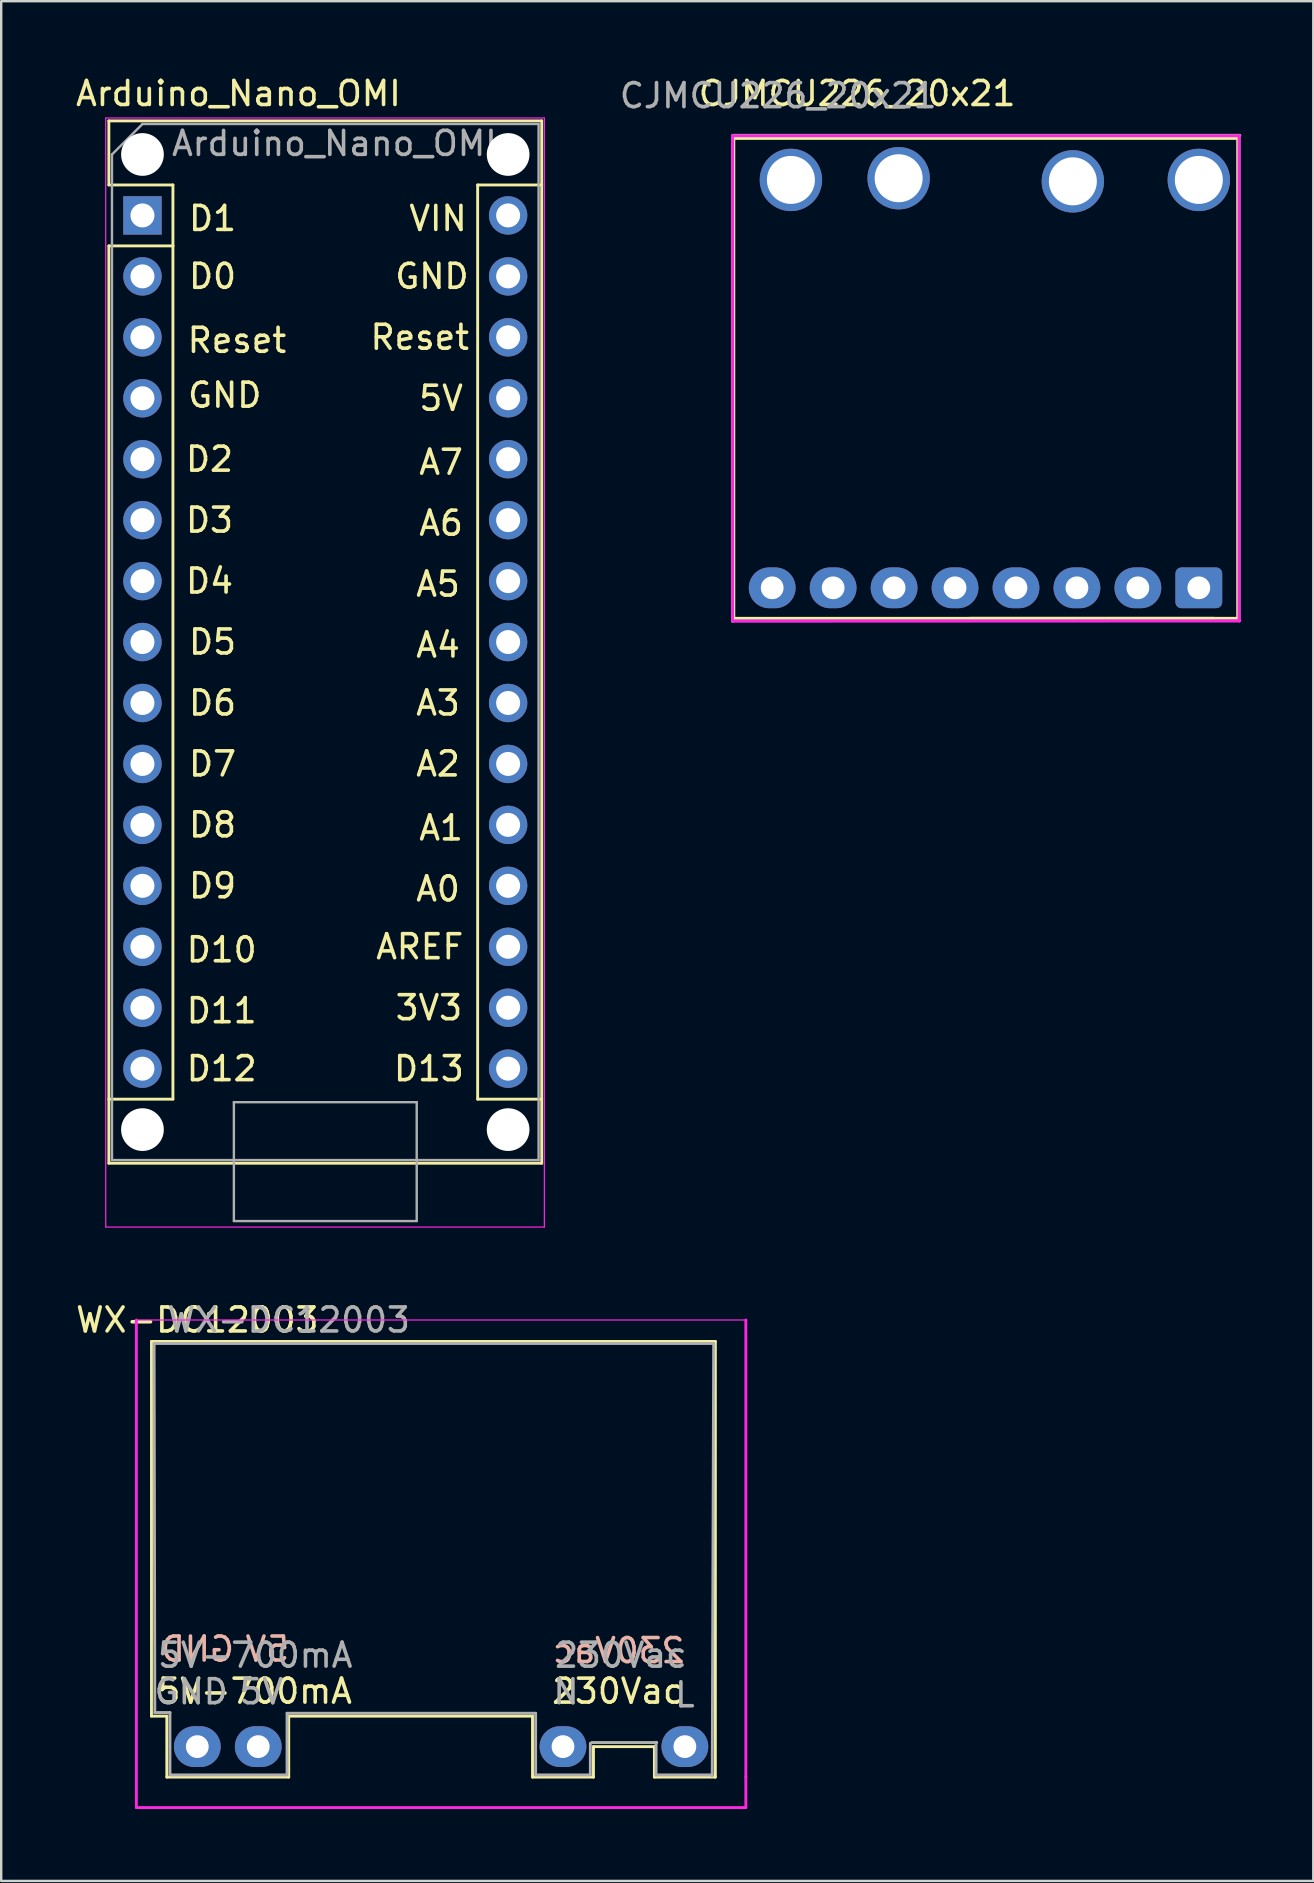
<source format=kicad_pcb>
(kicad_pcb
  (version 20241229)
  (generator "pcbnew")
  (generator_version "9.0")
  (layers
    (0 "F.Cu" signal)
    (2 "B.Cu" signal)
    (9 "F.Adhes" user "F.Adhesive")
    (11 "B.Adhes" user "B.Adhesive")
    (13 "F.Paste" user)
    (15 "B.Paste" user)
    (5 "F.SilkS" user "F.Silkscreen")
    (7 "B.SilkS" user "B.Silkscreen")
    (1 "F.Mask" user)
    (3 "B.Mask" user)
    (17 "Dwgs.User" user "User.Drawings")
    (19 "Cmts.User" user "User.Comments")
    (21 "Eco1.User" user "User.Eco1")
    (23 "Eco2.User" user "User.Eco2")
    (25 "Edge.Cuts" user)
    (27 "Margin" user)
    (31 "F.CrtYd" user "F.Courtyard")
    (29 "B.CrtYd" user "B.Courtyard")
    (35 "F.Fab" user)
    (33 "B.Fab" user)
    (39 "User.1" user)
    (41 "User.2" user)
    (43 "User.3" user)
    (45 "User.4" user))
  (footprint "CJMCU226_20x21"
    (layer "F.Cu")
    (at 46.912 21.448)
    (property "Reference" "CJMCU226_20x21" (at -14.24 -20.6 0) (layer "F.SilkS") (effects (font (size 1 1) (thickness 0.15))))
    (attr through_hole)
    (fp_line (start -19.38 1.27) (end -19.38 -18.73) (stroke (width 0.12) (type solid)) (layer "F.SilkS"))
    (fp_line (start -19.38 1.27) (end 1.62 1.27) (stroke (width 0.12) (type solid)) (layer "F.SilkS"))
    (fp_line (start -9.54 1.27) (end 0.62 1.27) (stroke (width 0.12) (type solid)) (layer "F.SilkS"))
    (fp_line (start 1.62 -18.73) (end -19.38 -18.73) (stroke (width 0.12) (type solid)) (layer "F.SilkS"))
    (fp_line (start 1.62 1.27) (end 1.62 -18.73) (stroke (width 0.12) (type solid)) (layer "F.SilkS"))
    (fp_line (start -19.43 -18.84) (end 1.68 -18.84) (stroke (width 0.12) (type solid)) (layer "F.CrtYd"))
    (fp_line (start -19.43 1.35) (end -19.43 -18.84) (stroke (width 0.12) (type solid)) (layer "F.CrtYd"))
    (fp_line (start 1.68 -18.84) (end 1.68 1.38) (stroke (width 0.12) (type solid)) (layer "F.CrtYd"))
    (fp_line (start 1.71 1.38) (end -19.43 1.39) (stroke (width 0.12) (type solid)) (layer "F.CrtYd"))
    (fp_line (start -19.43 -18.86) (end 1.71 -18.86) (stroke (width 0.12) (type solid)) (layer "F.Fab"))
    (fp_line (start -19.43 1.4) (end -19.43 -18.79) (stroke (width 0.12) (type solid)) (layer "F.Fab"))
    (fp_line (start 1.68 -18.86) (end 1.68 1.37) (stroke (width 0.12) (type solid)) (layer "F.Fab"))
    (fp_line (start 1.68 1.37) (end -19.43 1.37) (stroke (width 0.12) (type solid)) (layer "F.Fab"))
    (fp_text user "${REFERENCE}" (at -17.53 -20.51 180) (layer "F.Fab") (effects (font (size 1 1) (thickness 0.15))))
    (pad "" np_thru_hole circle (at -17 -17 90) (size 2.6 2.6) (drill 2) (layers "*.Cu" "*.Mask"))
    (pad "" np_thru_hole circle (at 0 -17 90) (size 2.6 2.6) (drill 2) (layers "*.Cu" "*.Mask"))
    (pad "1." thru_hole roundrect (at 0 0 90) (size 1.7 1.95) (drill 0.95) (layers "*.Cu" "*.Mask") (roundrect_rratio 0.147))
    (pad "2" thru_hole oval (at -2.54 0 90) (size 1.7 1.95) (drill 0.95) (layers "*.Cu" "*.Mask"))
    (pad "3" thru_hole oval (at -5.08 0 270) (size 1.7 1.95) (drill 0.95) (layers "*.Cu" "*.Mask"))
    (pad "4" thru_hole oval (at -7.62 0 90) (size 1.7 1.95) (drill 0.95) (layers "*.Cu" "*.Mask"))
    (pad "5" thru_hole oval (at -10.16 0 90) (size 1.7 1.95) (drill 0.95) (layers "*.Cu" "*.Mask"))
    (pad "6" thru_hole oval (at -12.7 0 90) (size 1.7 1.95) (drill 0.95) (layers "*.Cu" "*.Mask"))
    (pad "7" thru_hole oval (at -15.24 0 90) (size 1.7 1.95) (drill 0.95) (layers "*.Cu" "*.Mask"))
    (pad "8" thru_hole oval (at -17.78 0 90) (size 1.7 1.95) (drill 0.95) (layers "*.Cu" "*.Mask"))
    (pad "9" thru_hole circle (at -5.25 -16.94 90) (size 2.6 2.6) (drill 2) (layers "*.Cu" "*.Mask"))
    (pad "10" thru_hole circle (at -12.51 -17.07 90) (size 2.6 2.6) (drill 2) (layers "*.Cu" "*.Mask")))
  (footprint "Arduino_Nano_OMI"
    (layer "F.Cu")
    (at 2.887 5.928)
    (property "Reference" "Arduino_Nano_OMI" (at 4 -5.08 0) (layer "F.SilkS") (effects (font (size 1 1) (thickness 0.15))))
    (attr through_hole)
    (fp_line (start -1.4 -3.94) (end -1.4 -1.27) (stroke (width 0.12) (type solid)) (layer "F.SilkS"))
    (fp_line (start -1.4 1.27) (end -1.4 39.5) (stroke (width 0.12) (type solid)) (layer "F.SilkS"))
    (fp_line (start -1.4 39.5) (end 16.64 39.5) (stroke (width 0.12) (type solid)) (layer "F.SilkS"))
    (fp_line (start 1.27 -1.27) (end -1.4 -1.27) (stroke (width 0.12) (type solid)) (layer "F.SilkS"))
    (fp_line (start 1.27 1.27) (end -1.4 1.27) (stroke (width 0.12) (type solid)) (layer "F.SilkS"))
    (fp_line (start 1.27 1.27) (end 1.27 -1.27) (stroke (width 0.12) (type solid)) (layer "F.SilkS"))
    (fp_line (start 1.27 1.27) (end 1.27 36.83) (stroke (width 0.12) (type solid)) (layer "F.SilkS"))
    (fp_line (start 1.27 36.83) (end -1.4 36.83) (stroke (width 0.12) (type solid)) (layer "F.SilkS"))
    (fp_line (start 13.97 -1.27) (end 13.97 36.83) (stroke (width 0.12) (type solid)) (layer "F.SilkS"))
    (fp_line (start 13.97 -1.27) (end 16.64 -1.27) (stroke (width 0.12) (type solid)) (layer "F.SilkS"))
    (fp_line (start 13.97 36.83) (end 16.64 36.83) (stroke (width 0.12) (type solid)) (layer "F.SilkS"))
    (fp_line (start 16.64 -3.94) (end -1.4 -3.94) (stroke (width 0.12) (type solid)) (layer "F.SilkS"))
    (fp_line (start 16.64 39.5) (end 16.64 -3.94) (stroke (width 0.12) (type solid)) (layer "F.SilkS"))
    (fp_line (start -1.53 -4.06) (end -1.53 42.16) (stroke (width 0.05) (type solid)) (layer "F.CrtYd"))
    (fp_line (start -1.53 -4.06) (end 16.75 -4.06) (stroke (width 0.05) (type solid)) (layer "F.CrtYd"))
    (fp_line (start 16.75 42.16) (end -1.53 42.16) (stroke (width 0.05) (type solid)) (layer "F.CrtYd"))
    (fp_line (start 16.75 42.16) (end 16.75 -4.06) (stroke (width 0.05) (type solid)) (layer "F.CrtYd"))
    (fp_line (start -1.27 -2.54) (end 0 -3.81) (stroke (width 0.1) (type solid)) (layer "F.Fab"))
    (fp_line (start -1.27 39.37) (end -1.27 -2.54) (stroke (width 0.1) (type solid)) (layer "F.Fab"))
    (fp_line (start 0 -3.81) (end 16.51 -3.81) (stroke (width 0.1) (type solid)) (layer "F.Fab"))
    (fp_line (start 3.81 36.957) (end 11.43 36.957) (stroke (width 0.1) (type solid)) (layer "F.Fab"))
    (fp_line (start 3.81 41.91) (end 3.81 36.957) (stroke (width 0.1) (type solid)) (layer "F.Fab"))
    (fp_line (start 11.43 36.957) (end 11.43 41.91) (stroke (width 0.1) (type solid)) (layer "F.Fab"))
    (fp_line (start 11.43 41.91) (end 3.81 41.91) (stroke (width 0.1) (type solid)) (layer "F.Fab"))
    (fp_line (start 16.51 -3.81) (end 16.51 39.37) (stroke (width 0.1) (type solid)) (layer "F.Fab"))
    (fp_line (start 16.51 39.37) (end -1.27 39.37) (stroke (width 0.1) (type solid)) (layer "F.Fab"))
    (fp_text user "GND" (at 3.429 7.493 0) (layer "F.SilkS") (effects (font (size 1 1) (thickness 0.15))))
    (fp_text user "A2" (at 12.319 22.86 0) (layer "F.SilkS") (effects (font (size 1 1) (thickness 0.15))))
    (fp_text user "A0" (at 12.319 28.067 0) (layer "F.SilkS") (effects (font (size 1 1) (thickness 0.15))))
    (fp_text user "5V" (at 12.446 7.62 0) (layer "F.SilkS") (effects (font (size 1 1) (thickness 0.15))))
    (fp_text user "D10" (at 3.302 30.607 0) (layer "F.SilkS") (effects (font (size 1 1) (thickness 0.15))))
    (fp_text user "D0" (at 2.921 2.54 0) (layer "F.SilkS") (effects (font (size 1 1) (thickness 0.15))))
    (fp_text user "D6" (at 2.921 20.32 0) (layer "F.SilkS") (effects (font (size 1 1) (thickness 0.15))))
    (fp_text user "A6" (at 12.446 12.827 0) (layer "F.SilkS") (effects (font (size 1 1) (thickness 0.15))))
    (fp_text user "D7" (at 2.921 22.86 0) (layer "F.SilkS") (effects (font (size 1 1) (thickness 0.15))))
    (fp_text user "D4" (at 2.794 15.24 0) (layer "F.SilkS") (effects (font (size 1 1) (thickness 0.15))))
    (fp_text user "D1" (at 2.921 0.127 0) (layer "F.SilkS") (effects (font (size 1 1) (thickness 0.15))))
    (fp_text user "D3" (at 2.794 12.7 0) (layer "F.SilkS") (effects (font (size 1 1) (thickness 0.15))))
    (fp_text user "AREF" (at 11.557 30.48 0) (layer "F.SilkS") (effects (font (size 1 1) (thickness 0.15))))
    (fp_text user "D13" (at 11.938 35.56 0) (layer "F.SilkS") (effects (font (size 1 1) (thickness 0.15))))
    (fp_text user "Reset" (at 3.937 5.207 0) (layer "F.SilkS") (effects (font (size 1 1) (thickness 0.15))))
    (fp_text user "D9" (at 2.921 27.94 0) (layer "F.SilkS") (effects (font (size 1 1) (thickness 0.15))))
    (fp_text user "GND" (at 12.065 2.54 0) (layer "F.SilkS") (effects (font (size 1 1) (thickness 0.15))))
    (fp_text user "D5" (at 2.921 17.78 0) (layer "F.SilkS") (effects (font (size 1 1) (thickness 0.15))))
    (fp_text user "A3" (at 12.319 20.32 0) (layer "F.SilkS") (effects (font (size 1 1) (thickness 0.15))))
    (fp_text user "D8" (at 2.921 25.4 0) (layer "F.SilkS") (effects (font (size 1 1) (thickness 0.15))))
    (fp_text user "D2" (at 2.794 10.16 0) (layer "F.SilkS") (effects (font (size 1 1) (thickness 0.15))))
    (fp_text user "A5" (at 12.319 15.367 0) (layer "F.SilkS") (effects (font (size 1 1) (thickness 0.15))))
    (fp_text user "D12" (at 3.302 35.56 0) (layer "F.SilkS") (effects (font (size 1 1) (thickness 0.15))))
    (fp_text user "A7" (at 12.446 10.287 0) (layer "F.SilkS") (effects (font (size 1 1) (thickness 0.15))))
    (fp_text user "D11" (at 3.302 33.147 0) (layer "F.SilkS") (effects (font (size 1 1) (thickness 0.15))))
    (fp_text user "A1" (at 12.446 25.527 0) (layer "F.SilkS") (effects (font (size 1 1) (thickness 0.15))))
    (fp_text user "A4" (at 12.319 17.907 0) (layer "F.SilkS") (effects (font (size 1 1) (thickness 0.15))))
    (fp_text user "3V3" (at 11.938 33.02 0) (layer "F.SilkS") (effects (font (size 1 1) (thickness 0.15))))
    (fp_text user "VIN" (at 12.319 0.127 0) (layer "F.SilkS") (effects (font (size 1 1) (thickness 0.15))))
    (fp_text user "Reset" (at 11.557 5.08 0) (layer "F.SilkS") (effects (font (size 1 1) (thickness 0.15))))
    (fp_text user "${REFERENCE}" (at 8 -3 0) (layer "F.Fab") (effects (font (size 1 1) (thickness 0.15))))
    (pad "" np_thru_hole circle (at 0 -2.54) (size 1.78 1.78) (drill 1.78) (layers "*.Cu" "*.Mask"))
    (pad "" np_thru_hole circle (at 0 38.1) (size 1.78 1.78) (drill 1.78) (layers "*.Cu" "*.Mask"))
    (pad "" np_thru_hole circle (at 15.24 -2.54) (size 1.78 1.78) (drill 1.78) (layers "*.Cu" "*.Mask"))
    (pad "" np_thru_hole circle (at 15.24 38.1) (size 1.78 1.78) (drill 1.78) (layers "*.Cu" "*.Mask"))
    (pad "1" thru_hole rect (at 0 0) (size 1.6 1.6) (drill 1) (layers "*.Cu" "*.Mask"))
    (pad "2" thru_hole oval (at 0 2.54) (size 1.6 1.6) (drill 1) (layers "*.Cu" "*.Mask"))
    (pad "3" thru_hole oval (at 0 5.08) (size 1.6 1.6) (drill 1) (layers "*.Cu" "*.Mask"))
    (pad "4" thru_hole oval (at 0 7.62) (size 1.6 1.6) (drill 1) (layers "*.Cu" "*.Mask"))
    (pad "5" thru_hole oval (at 0 10.16) (size 1.6 1.6) (drill 1) (layers "*.Cu" "*.Mask"))
    (pad "6" thru_hole oval (at 0 12.7) (size 1.6 1.6) (drill 1) (layers "*.Cu" "*.Mask"))
    (pad "7" thru_hole oval (at 0 15.24) (size 1.6 1.6) (drill 1) (layers "*.Cu" "*.Mask"))
    (pad "8" thru_hole oval (at 0 17.78) (size 1.6 1.6) (drill 1) (layers "*.Cu" "*.Mask"))
    (pad "9" thru_hole oval (at 0 20.32) (size 1.6 1.6) (drill 1) (layers "*.Cu" "*.Mask"))
    (pad "10" thru_hole oval (at 0 22.86) (size 1.6 1.6) (drill 1) (layers "*.Cu" "*.Mask"))
    (pad "11" thru_hole oval (at 0 25.4) (size 1.6 1.6) (drill 1) (layers "*.Cu" "*.Mask"))
    (pad "12" thru_hole oval (at 0 27.94) (size 1.6 1.6) (drill 1) (layers "*.Cu" "*.Mask"))
    (pad "13" thru_hole oval (at 0 30.48) (size 1.6 1.6) (drill 1) (layers "*.Cu" "*.Mask"))
    (pad "14" thru_hole oval (at 0 33.02) (size 1.6 1.6) (drill 1) (layers "*.Cu" "*.Mask"))
    (pad "15" thru_hole oval (at 0 35.56) (size 1.6 1.6) (drill 1) (layers "*.Cu" "*.Mask"))
    (pad "16" thru_hole oval (at 15.24 35.56) (size 1.6 1.6) (drill 1) (layers "*.Cu" "*.Mask"))
    (pad "17" thru_hole oval (at 15.24 33.02) (size 1.6 1.6) (drill 1) (layers "*.Cu" "*.Mask"))
    (pad "18" thru_hole oval (at 15.24 30.48) (size 1.6 1.6) (drill 1) (layers "*.Cu" "*.Mask"))
    (pad "19" thru_hole oval (at 15.24 27.94) (size 1.6 1.6) (drill 1) (layers "*.Cu" "*.Mask"))
    (pad "20" thru_hole oval (at 15.24 25.4) (size 1.6 1.6) (drill 1) (layers "*.Cu" "*.Mask"))
    (pad "21" thru_hole oval (at 15.24 22.86) (size 1.6 1.6) (drill 1) (layers "*.Cu" "*.Mask"))
    (pad "22" thru_hole oval (at 15.24 20.32) (size 1.6 1.6) (drill 1) (layers "*.Cu" "*.Mask"))
    (pad "23" thru_hole oval (at 15.24 17.78) (size 1.6 1.6) (drill 1) (layers "*.Cu" "*.Mask"))
    (pad "24" thru_hole oval (at 15.24 15.24) (size 1.6 1.6) (drill 1) (layers "*.Cu" "*.Mask"))
    (pad "25" thru_hole oval (at 15.24 12.7) (size 1.6 1.6) (drill 1) (layers "*.Cu" "*.Mask"))
    (pad "26" thru_hole oval (at 15.24 10.16) (size 1.6 1.6) (drill 1) (layers "*.Cu" "*.Mask"))
    (pad "27" thru_hole oval (at 15.24 7.62) (size 1.6 1.6) (drill 1) (layers "*.Cu" "*.Mask"))
    (pad "28" thru_hole oval (at 15.24 5.08) (size 1.6 1.6) (drill 1) (layers "*.Cu" "*.Mask"))
    (pad "29" thru_hole oval (at 15.24 2.54) (size 1.6 1.6) (drill 1) (layers "*.Cu" "*.Mask"))
    (pad "30" thru_hole oval (at 15.24 0) (size 1.6 1.6) (drill 1) (layers "*.Cu" "*.Mask")))
  (footprint "WX-DC12003"
    (layer "F.Cu")
    (at 25.493 69.742)
    (property "Reference" "WX-DC12003" (at -20.32 -17.78 0) (layer "F.SilkS") (effects (font (size 1 1) (thickness 0.15))))
    (attr through_hole)
    (fp_line (start -22.23 -16.885) (end -22.23 -1.27) (stroke (width 0.12) (type solid)) (layer "F.SilkS"))
    (fp_line (start -22.23 -16.885) (end 1.27 -16.885) (stroke (width 0.12) (type solid)) (layer "F.SilkS"))
    (fp_line (start -21.59 -1.27) (end -22.23 -1.27) (stroke (width 0.12) (type solid)) (layer "F.SilkS"))
    (fp_line (start -21.59 1.27) (end -21.59 -1.27) (stroke (width 0.12) (type solid)) (layer "F.SilkS"))
    (fp_line (start -16.51 -1.27) (end -16.51 1.27) (stroke (width 0.12) (type solid)) (layer "F.SilkS"))
    (fp_line (start -16.51 1.27) (end -21.59 1.27) (stroke (width 0.12) (type solid)) (layer "F.SilkS"))
    (fp_line (start -6.35 -1.27) (end -16.51 -1.27) (stroke (width 0.12) (type solid)) (layer "F.SilkS"))
    (fp_line (start -6.35 1.27) (end -6.35 -1.27) (stroke (width 0.12) (type solid)) (layer "F.SilkS"))
    (fp_line (start -3.81 0) (end -3.81 1.27) (stroke (width 0.12) (type solid)) (layer "F.SilkS"))
    (fp_line (start -3.81 1.27) (end -6.35 1.27) (stroke (width 0.12) (type solid)) (layer "F.SilkS"))
    (fp_line (start -1.27 0) (end -3.81 0) (stroke (width 0.12) (type solid)) (layer "F.SilkS"))
    (fp_line (start -1.27 1.27) (end -1.27 0) (stroke (width 0.12) (type solid)) (layer "F.SilkS"))
    (fp_line (start 1.27 -16.885) (end 1.27 1.27) (stroke (width 0.12) (type solid)) (layer "F.SilkS"))
    (fp_line (start 1.27 1.27) (end -1.27 1.27) (stroke (width 0.12) (type solid)) (layer "F.SilkS"))
    (fp_line (start -22.86 -17.78) (end -22.86 2.54) (stroke (width 0.12) (type solid)) (layer "F.CrtYd"))
    (fp_line (start 2.54 -17.78) (end -22.86 -17.78) (stroke (width 0.05) (type solid)) (layer "F.CrtYd"))
    (fp_line (start 2.54 -17.78) (end 2.54 1.27) (stroke (width 0.12) (type solid)) (layer "F.CrtYd"))
    (fp_line (start 2.54 1.27) (end 2.54 2.54) (stroke (width 0.12) (type solid)) (layer "F.CrtYd"))
    (fp_line (start 2.54 2.54) (end -22.86 2.54) (stroke (width 0.12) (type solid)) (layer "F.CrtYd"))
    (fp_line (start -22.12 -16.8) (end 1.2 -16.8) (stroke (width 0.12) (type solid)) (layer "F.Fab"))
    (fp_line (start -22.09 -1.42) (end -22.12 -16.8) (stroke (width 0.12) (type solid)) (layer "F.Fab"))
    (fp_line (start -21.46 -1.42) (end -22.09 -1.42) (stroke (width 0.12) (type solid)) (layer "F.Fab"))
    (fp_line (start -21.46 1.12) (end -21.46 -1.42) (stroke (width 0.12) (type solid)) (layer "F.Fab"))
    (fp_line (start -16.58 -1.39) (end -16.58 1.12) (stroke (width 0.12) (type solid)) (layer "F.Fab"))
    (fp_line (start -16.58 1.18) (end -21.46 1.18) (stroke (width 0.12) (type solid)) (layer "F.Fab"))
    (fp_line (start -6.22 -1.39) (end -16.58 -1.39) (stroke (width 0.12) (type solid)) (layer "F.Fab"))
    (fp_line (start -6.22 1.18) (end -6.22 -1.39) (stroke (width 0.12) (type solid)) (layer "F.Fab"))
    (fp_line (start -3.94 -0.14) (end -3.94 1.15) (stroke (width 0.12) (type solid)) (layer "F.Fab"))
    (fp_line (start -3.94 1.18) (end -6.22 1.18) (stroke (width 0.12) (type solid)) (layer "F.Fab"))
    (fp_line (start -1.2 1.18) (end -1.2 -0.18) (stroke (width 0.12) (type solid)) (layer "F.Fab"))
    (fp_line (start -1.17 -0.17) (end -3.88 -0.17) (stroke (width 0.12) (type solid)) (layer "F.Fab"))
    (fp_line (start 1.14 1.18) (end -1.2 1.18) (stroke (width 0.12) (type solid)) (layer "F.Fab"))
    (fp_line (start 1.2 -16.8) (end 1.14 1.22) (stroke (width 0.12) (type solid)) (layer "F.Fab"))
    (fp_text user "230Vac" (at -2.79 -2.31 0) (layer "F.SilkS") (effects (font (size 1 1) (thickness 0.15))))
    (fp_text user "5V-700mA" (at -17.93 -2.31 0) (layer "F.SilkS") (effects (font (size 1 1) (thickness 0.15))))
    (fp_text user "5V" (at -17.399 -4.064 0) (layer "B.SilkS") (effects (font (size 1 1) (thickness 0.15)) (justify mirror)))
    (fp_text user "GND" (at -20.32 -4.064 0) (layer "B.SilkS") (effects (font (size 1 1) (thickness 0.15)) (justify mirror)))
    (fp_text user "230Vac" (at -2.76 -4 0) (layer "B.SilkS") (effects (font (size 1 1) (thickness 0.15)) (justify mirror)))
    (fp_text user "L" (at 0 -2.159 0) (layer "F.Fab") (effects (font (size 1 1) (thickness 0.15))))
    (fp_text user "GND" (at -20.574 -2.286 0) (layer "F.Fab") (effects (font (size 1 1) (thickness 0.15))))
    (fp_text user "N" (at -4.953 -2.286 0) (layer "F.Fab") (effects (font (size 1 1) (thickness 0.15))))
    (fp_text user "${REFERENCE}" (at -16.51 -17.78 180) (layer "F.Fab") (effects (font (size 1 1) (thickness 0.15))))
    (fp_text user "5V" (at -17.653 -2.286 0) (layer "F.Fab") (effects (font (size 1 1) (thickness 0.15))))
    (fp_text user "230Vac" (at -2.667 -3.81 0) (layer "F.Fab") (effects (font (size 1 1) (thickness 0.15))))
    (fp_text user "5V-700mA" (at -17.907 -3.81 0) (layer "F.Fab") (effects (font (size 1 1) (thickness 0.15))))
    (pad "1" thru_hole oval (at 0 0 90) (size 1.7 1.95) (drill 0.95) (layers "*.Cu" "*.Mask"))
    (pad "2" thru_hole oval (at -5.08 0 90) (size 1.7 1.95) (drill 0.95) (layers "*.Cu" "*.Mask"))
    (pad "3" thru_hole oval (at -17.78 0 90) (size 1.7 1.95) (drill 0.95) (layers "*.Cu" "*.Mask"))
    (pad "4" thru_hole oval (at -20.32 0 90) (size 1.7 1.95) (drill 0.95) (layers "*.Cu" "*.Mask")))
  (gr_rect
    (start -3 -3)
    (end 51.682 75.341)
    (stroke (width 0.1) (type default))
    (fill no)
    (layer "Edge.Cuts")))
</source>
